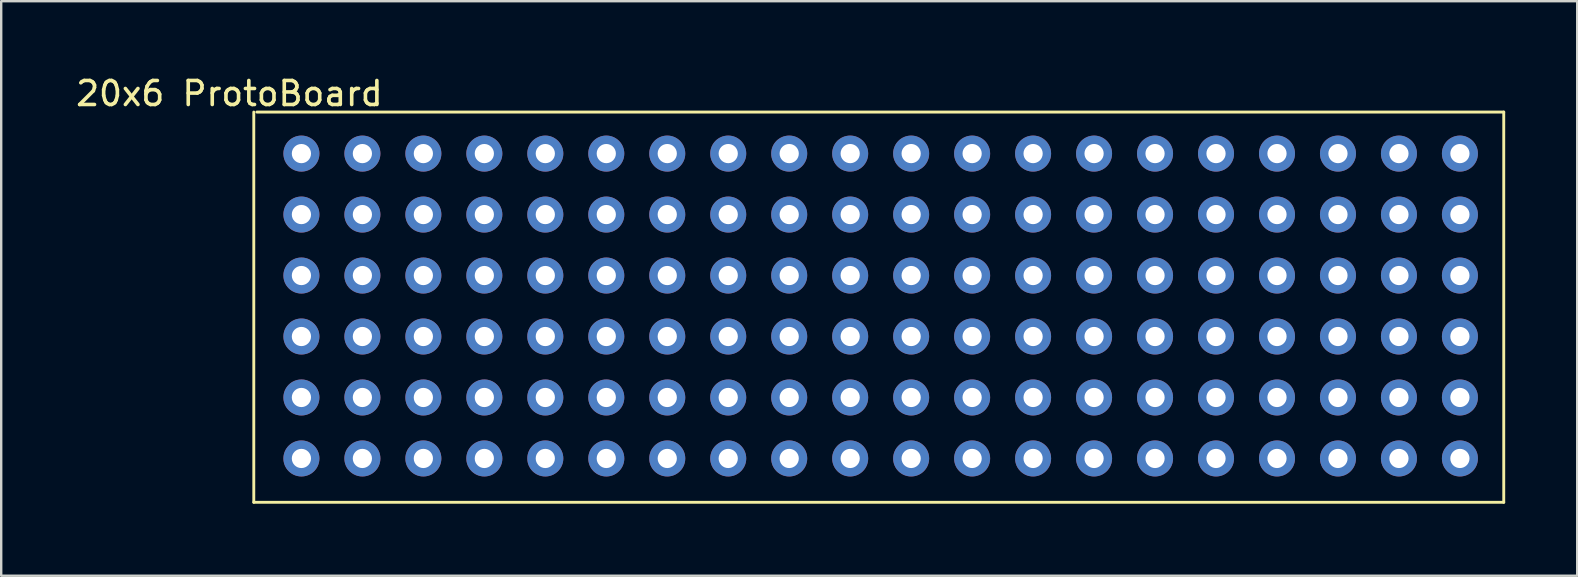
<source format=kicad_pcb>
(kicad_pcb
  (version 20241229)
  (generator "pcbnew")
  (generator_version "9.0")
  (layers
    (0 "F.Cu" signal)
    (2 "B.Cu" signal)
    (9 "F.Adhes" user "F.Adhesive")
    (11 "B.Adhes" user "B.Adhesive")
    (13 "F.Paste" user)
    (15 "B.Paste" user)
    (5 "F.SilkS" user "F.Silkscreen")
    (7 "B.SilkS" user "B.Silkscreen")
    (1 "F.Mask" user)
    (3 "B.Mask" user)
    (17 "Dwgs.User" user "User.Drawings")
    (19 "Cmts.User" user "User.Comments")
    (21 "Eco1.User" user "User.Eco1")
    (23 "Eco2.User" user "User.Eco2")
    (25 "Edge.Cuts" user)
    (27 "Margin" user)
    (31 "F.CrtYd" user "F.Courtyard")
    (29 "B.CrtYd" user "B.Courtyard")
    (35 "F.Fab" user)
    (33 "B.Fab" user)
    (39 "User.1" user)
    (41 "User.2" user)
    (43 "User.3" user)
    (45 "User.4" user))
  (footprint "20x6 ProtoBoard"
    (layer "F.Cu")
    (at 6.506 0.348)
    (property "Reference" "20x6 ProtoBoard" (at 0 0.5 0) (layer "F.SilkS") (effects (font (size 1 1) (thickness 0.15))))
    (attr through_hole)
    (fp_line (start 1.016 17.526) (end 1.016 1.27) (stroke (width 0.12) (type solid)) (layer "F.SilkS"))
    (fp_line (start 1.143 1.27) (end 53.086 1.27) (stroke (width 0.12) (type solid)) (layer "F.SilkS"))
    (fp_line (start 53.086 1.27) (end 53.086 17.526) (stroke (width 0.12) (type solid)) (layer "F.SilkS"))
    (fp_line (start 53.086 17.526) (end 1.016 17.526) (stroke (width 0.12) (type solid)) (layer "F.SilkS"))
    (pad "1" thru_hole circle (at 3 3) (size 1.5 1.5) (drill 0.8) (layers "*.Cu" "*.Mask"))
    (pad "2" thru_hole circle (at 3 5.54) (size 1.5 1.5) (drill 0.8) (layers "*.Cu" "*.Mask"))
    (pad "3" thru_hole circle (at 3 8.08) (size 1.5 1.5) (drill 0.8) (layers "*.Cu" "*.Mask"))
    (pad "4" thru_hole circle (at 3 10.62) (size 1.5 1.5) (drill 0.8) (layers "*.Cu" "*.Mask"))
    (pad "5" thru_hole circle (at 3 13.16) (size 1.5 1.5) (drill 0.8) (layers "*.Cu" "*.Mask"))
    (pad "6" thru_hole circle (at 3 15.7) (size 1.5 1.5) (drill 0.8) (layers "*.Cu" "*.Mask"))
    (pad "7" thru_hole circle (at 5.54 3) (size 1.5 1.5) (drill 0.8) (layers "*.Cu" "*.Mask"))
    (pad "8" thru_hole circle (at 5.54 5.54) (size 1.5 1.5) (drill 0.8) (layers "*.Cu" "*.Mask"))
    (pad "9" thru_hole circle (at 5.54 8.08) (size 1.5 1.5) (drill 0.8) (layers "*.Cu" "*.Mask"))
    (pad "10" thru_hole circle (at 5.54 10.62) (size 1.5 1.5) (drill 0.8) (layers "*.Cu" "*.Mask"))
    (pad "11" thru_hole circle (at 5.54 13.16) (size 1.5 1.5) (drill 0.8) (layers "*.Cu" "*.Mask"))
    (pad "12" thru_hole circle (at 5.54 15.7) (size 1.5 1.5) (drill 0.8) (layers "*.Cu" "*.Mask"))
    (pad "13" thru_hole circle (at 8.08 3) (size 1.5 1.5) (drill 0.8) (layers "*.Cu" "*.Mask"))
    (pad "14" thru_hole circle (at 8.08 5.54) (size 1.5 1.5) (drill 0.8) (layers "*.Cu" "*.Mask"))
    (pad "15" thru_hole circle (at 8.08 8.08) (size 1.5 1.5) (drill 0.8) (layers "*.Cu" "*.Mask"))
    (pad "16" thru_hole circle (at 8.08 10.62) (size 1.5 1.5) (drill 0.8) (layers "*.Cu" "*.Mask"))
    (pad "17" thru_hole circle (at 8.08 13.16) (size 1.5 1.5) (drill 0.8) (layers "*.Cu" "*.Mask"))
    (pad "18" thru_hole circle (at 8.08 15.7) (size 1.5 1.5) (drill 0.8) (layers "*.Cu" "*.Mask"))
    (pad "19" thru_hole circle (at 10.62 3) (size 1.5 1.5) (drill 0.8) (layers "*.Cu" "*.Mask"))
    (pad "20" thru_hole circle (at 10.62 5.54) (size 1.5 1.5) (drill 0.8) (layers "*.Cu" "*.Mask"))
    (pad "21" thru_hole circle (at 10.62 8.08) (size 1.5 1.5) (drill 0.8) (layers "*.Cu" "*.Mask"))
    (pad "22" thru_hole circle (at 10.62 10.62) (size 1.5 1.5) (drill 0.8) (layers "*.Cu" "*.Mask"))
    (pad "23" thru_hole circle (at 10.62 13.16) (size 1.5 1.5) (drill 0.8) (layers "*.Cu" "*.Mask"))
    (pad "24" thru_hole circle (at 10.62 15.7) (size 1.5 1.5) (drill 0.8) (layers "*.Cu" "*.Mask"))
    (pad "25" thru_hole circle (at 13.16 3) (size 1.5 1.5) (drill 0.8) (layers "*.Cu" "*.Mask"))
    (pad "26" thru_hole circle (at 13.16 5.54) (size 1.5 1.5) (drill 0.8) (layers "*.Cu" "*.Mask"))
    (pad "27" thru_hole circle (at 13.16 8.08) (size 1.5 1.5) (drill 0.8) (layers "*.Cu" "*.Mask"))
    (pad "28" thru_hole circle (at 13.16 10.62) (size 1.5 1.5) (drill 0.8) (layers "*.Cu" "*.Mask"))
    (pad "29" thru_hole circle (at 13.16 13.16) (size 1.5 1.5) (drill 0.8) (layers "*.Cu" "*.Mask"))
    (pad "30" thru_hole circle (at 13.16 15.7) (size 1.5 1.5) (drill 0.8) (layers "*.Cu" "*.Mask"))
    (pad "31" thru_hole circle (at 15.7 3) (size 1.5 1.5) (drill 0.8) (layers "*.Cu" "*.Mask"))
    (pad "32" thru_hole circle (at 15.7 5.54) (size 1.5 1.5) (drill 0.8) (layers "*.Cu" "*.Mask"))
    (pad "33" thru_hole circle (at 15.7 8.08) (size 1.5 1.5) (drill 0.8) (layers "*.Cu" "*.Mask"))
    (pad "34" thru_hole circle (at 15.7 10.62) (size 1.5 1.5) (drill 0.8) (layers "*.Cu" "*.Mask"))
    (pad "35" thru_hole circle (at 15.7 13.16) (size 1.5 1.5) (drill 0.8) (layers "*.Cu" "*.Mask"))
    (pad "36" thru_hole circle (at 15.7 15.7) (size 1.5 1.5) (drill 0.8) (layers "*.Cu" "*.Mask"))
    (pad "37" thru_hole circle (at 18.24 3) (size 1.5 1.5) (drill 0.8) (layers "*.Cu" "*.Mask"))
    (pad "38" thru_hole circle (at 18.24 5.54) (size 1.5 1.5) (drill 0.8) (layers "*.Cu" "*.Mask"))
    (pad "39" thru_hole circle (at 18.24 8.08) (size 1.5 1.5) (drill 0.8) (layers "*.Cu" "*.Mask"))
    (pad "40" thru_hole circle (at 18.24 10.62) (size 1.5 1.5) (drill 0.8) (layers "*.Cu" "*.Mask"))
    (pad "41" thru_hole circle (at 18.24 13.16) (size 1.5 1.5) (drill 0.8) (layers "*.Cu" "*.Mask"))
    (pad "42" thru_hole circle (at 18.24 15.7) (size 1.5 1.5) (drill 0.8) (layers "*.Cu" "*.Mask"))
    (pad "43" thru_hole circle (at 20.78 3) (size 1.5 1.5) (drill 0.8) (layers "*.Cu" "*.Mask"))
    (pad "44" thru_hole circle (at 20.78 5.54) (size 1.5 1.5) (drill 0.8) (layers "*.Cu" "*.Mask"))
    (pad "45" thru_hole circle (at 20.78 8.08) (size 1.5 1.5) (drill 0.8) (layers "*.Cu" "*.Mask"))
    (pad "46" thru_hole circle (at 20.78 10.62) (size 1.5 1.5) (drill 0.8) (layers "*.Cu" "*.Mask"))
    (pad "47" thru_hole circle (at 20.78 13.16) (size 1.5 1.5) (drill 0.8) (layers "*.Cu" "*.Mask"))
    (pad "48" thru_hole circle (at 20.78 15.7) (size 1.5 1.5) (drill 0.8) (layers "*.Cu" "*.Mask"))
    (pad "49" thru_hole circle (at 23.32 3) (size 1.5 1.5) (drill 0.8) (layers "*.Cu" "*.Mask"))
    (pad "50" thru_hole circle (at 23.32 5.54) (size 1.5 1.5) (drill 0.8) (layers "*.Cu" "*.Mask"))
    (pad "51" thru_hole circle (at 23.32 8.08) (size 1.5 1.5) (drill 0.8) (layers "*.Cu" "*.Mask"))
    (pad "52" thru_hole circle (at 23.32 10.62) (size 1.5 1.5) (drill 0.8) (layers "*.Cu" "*.Mask"))
    (pad "53" thru_hole circle (at 23.32 13.16) (size 1.5 1.5) (drill 0.8) (layers "*.Cu" "*.Mask"))
    (pad "54" thru_hole circle (at 23.32 15.7) (size 1.5 1.5) (drill 0.8) (layers "*.Cu" "*.Mask"))
    (pad "55" thru_hole circle (at 25.86 3) (size 1.5 1.5) (drill 0.8) (layers "*.Cu" "*.Mask"))
    (pad "56" thru_hole circle (at 25.86 5.54) (size 1.5 1.5) (drill 0.8) (layers "*.Cu" "*.Mask"))
    (pad "57" thru_hole circle (at 25.86 8.08) (size 1.5 1.5) (drill 0.8) (layers "*.Cu" "*.Mask"))
    (pad "58" thru_hole circle (at 25.86 10.62) (size 1.5 1.5) (drill 0.8) (layers "*.Cu" "*.Mask"))
    (pad "59" thru_hole circle (at 25.86 13.16) (size 1.5 1.5) (drill 0.8) (layers "*.Cu" "*.Mask"))
    (pad "60" thru_hole circle (at 25.86 15.7) (size 1.5 1.5) (drill 0.8) (layers "*.Cu" "*.Mask"))
    (pad "61" thru_hole circle (at 28.4 3) (size 1.5 1.5) (drill 0.8) (layers "*.Cu" "*.Mask"))
    (pad "62" thru_hole circle (at 28.4 5.54) (size 1.5 1.5) (drill 0.8) (layers "*.Cu" "*.Mask"))
    (pad "63" thru_hole circle (at 28.4 8.08) (size 1.5 1.5) (drill 0.8) (layers "*.Cu" "*.Mask"))
    (pad "64" thru_hole circle (at 28.4 10.62) (size 1.5 1.5) (drill 0.8) (layers "*.Cu" "*.Mask"))
    (pad "65" thru_hole circle (at 28.4 13.16) (size 1.5 1.5) (drill 0.8) (layers "*.Cu" "*.Mask"))
    (pad "66" thru_hole circle (at 28.4 15.7) (size 1.5 1.5) (drill 0.8) (layers "*.Cu" "*.Mask"))
    (pad "67" thru_hole circle (at 30.94 3) (size 1.5 1.5) (drill 0.8) (layers "*.Cu" "*.Mask"))
    (pad "68" thru_hole circle (at 30.94 5.54) (size 1.5 1.5) (drill 0.8) (layers "*.Cu" "*.Mask"))
    (pad "69" thru_hole circle (at 30.94 8.08) (size 1.5 1.5) (drill 0.8) (layers "*.Cu" "*.Mask"))
    (pad "70" thru_hole circle (at 30.94 10.62) (size 1.5 1.5) (drill 0.8) (layers "*.Cu" "*.Mask"))
    (pad "71" thru_hole circle (at 30.94 13.16) (size 1.5 1.5) (drill 0.8) (layers "*.Cu" "*.Mask"))
    (pad "72" thru_hole circle (at 30.94 15.7) (size 1.5 1.5) (drill 0.8) (layers "*.Cu" "*.Mask"))
    (pad "73" thru_hole circle (at 33.48 3) (size 1.5 1.5) (drill 0.8) (layers "*.Cu" "*.Mask"))
    (pad "74" thru_hole circle (at 33.48 5.54) (size 1.5 1.5) (drill 0.8) (layers "*.Cu" "*.Mask"))
    (pad "75" thru_hole circle (at 33.48 8.08) (size 1.5 1.5) (drill 0.8) (layers "*.Cu" "*.Mask"))
    (pad "76" thru_hole circle (at 33.48 10.62) (size 1.5 1.5) (drill 0.8) (layers "*.Cu" "*.Mask"))
    (pad "77" thru_hole circle (at 33.48 13.16) (size 1.5 1.5) (drill 0.8) (layers "*.Cu" "*.Mask"))
    (pad "78" thru_hole circle (at 33.48 15.7) (size 1.5 1.5) (drill 0.8) (layers "*.Cu" "*.Mask"))
    (pad "79" thru_hole circle (at 36.02 3) (size 1.5 1.5) (drill 0.8) (layers "*.Cu" "*.Mask"))
    (pad "80" thru_hole circle (at 36.02 5.54) (size 1.5 1.5) (drill 0.8) (layers "*.Cu" "*.Mask"))
    (pad "81" thru_hole circle (at 36.02 8.08) (size 1.5 1.5) (drill 0.8) (layers "*.Cu" "*.Mask"))
    (pad "82" thru_hole circle (at 36.02 10.62) (size 1.5 1.5) (drill 0.8) (layers "*.Cu" "*.Mask"))
    (pad "83" thru_hole circle (at 36.02 13.16) (size 1.5 1.5) (drill 0.8) (layers "*.Cu" "*.Mask"))
    (pad "84" thru_hole circle (at 36.02 15.7) (size 1.5 1.5) (drill 0.8) (layers "*.Cu" "*.Mask"))
    (pad "85" thru_hole circle (at 38.56 3) (size 1.5 1.5) (drill 0.8) (layers "*.Cu" "*.Mask"))
    (pad "86" thru_hole circle (at 38.56 5.54) (size 1.5 1.5) (drill 0.8) (layers "*.Cu" "*.Mask"))
    (pad "87" thru_hole circle (at 38.56 8.08) (size 1.5 1.5) (drill 0.8) (layers "*.Cu" "*.Mask"))
    (pad "88" thru_hole circle (at 38.56 10.62) (size 1.5 1.5) (drill 0.8) (layers "*.Cu" "*.Mask"))
    (pad "89" thru_hole circle (at 38.56 13.16) (size 1.5 1.5) (drill 0.8) (layers "*.Cu" "*.Mask"))
    (pad "90" thru_hole circle (at 38.56 15.7) (size 1.5 1.5) (drill 0.8) (layers "*.Cu" "*.Mask"))
    (pad "91" thru_hole circle (at 41.1 3) (size 1.5 1.5) (drill 0.8) (layers "*.Cu" "*.Mask"))
    (pad "92" thru_hole circle (at 41.1 5.54) (size 1.5 1.5) (drill 0.8) (layers "*.Cu" "*.Mask"))
    (pad "93" thru_hole circle (at 41.1 8.08) (size 1.5 1.5) (drill 0.8) (layers "*.Cu" "*.Mask"))
    (pad "94" thru_hole circle (at 41.1 10.62) (size 1.5 1.5) (drill 0.8) (layers "*.Cu" "*.Mask"))
    (pad "95" thru_hole circle (at 41.1 13.16) (size 1.5 1.5) (drill 0.8) (layers "*.Cu" "*.Mask"))
    (pad "96" thru_hole circle (at 41.1 15.7) (size 1.5 1.5) (drill 0.8) (layers "*.Cu" "*.Mask"))
    (pad "97" thru_hole circle (at 43.64 3) (size 1.5 1.5) (drill 0.8) (layers "*.Cu" "*.Mask"))
    (pad "98" thru_hole circle (at 43.64 5.54) (size 1.5 1.5) (drill 0.8) (layers "*.Cu" "*.Mask"))
    (pad "99" thru_hole circle (at 43.64 8.08) (size 1.5 1.5) (drill 0.8) (layers "*.Cu" "*.Mask"))
    (pad "100" thru_hole circle (at 43.64 10.62) (size 1.5 1.5) (drill 0.8) (layers "*.Cu" "*.Mask"))
    (pad "101" thru_hole circle (at 43.64 13.16) (size 1.5 1.5) (drill 0.8) (layers "*.Cu" "*.Mask"))
    (pad "102" thru_hole circle (at 43.64 15.7) (size 1.5 1.5) (drill 0.8) (layers "*.Cu" "*.Mask"))
    (pad "103" thru_hole circle (at 46.18 3) (size 1.5 1.5) (drill 0.8) (layers "*.Cu" "*.Mask"))
    (pad "104" thru_hole circle (at 46.18 5.54) (size 1.5 1.5) (drill 0.8) (layers "*.Cu" "*.Mask"))
    (pad "105" thru_hole circle (at 46.18 8.08) (size 1.5 1.5) (drill 0.8) (layers "*.Cu" "*.Mask"))
    (pad "106" thru_hole circle (at 46.18 10.62) (size 1.5 1.5) (drill 0.8) (layers "*.Cu" "*.Mask"))
    (pad "107" thru_hole circle (at 46.18 13.16) (size 1.5 1.5) (drill 0.8) (layers "*.Cu" "*.Mask"))
    (pad "108" thru_hole circle (at 46.18 15.7) (size 1.5 1.5) (drill 0.8) (layers "*.Cu" "*.Mask"))
    (pad "109" thru_hole circle (at 48.72 3) (size 1.5 1.5) (drill 0.8) (layers "*.Cu" "*.Mask"))
    (pad "110" thru_hole circle (at 48.72 5.54) (size 1.5 1.5) (drill 0.8) (layers "*.Cu" "*.Mask"))
    (pad "111" thru_hole circle (at 48.72 8.08) (size 1.5 1.5) (drill 0.8) (layers "*.Cu" "*.Mask"))
    (pad "112" thru_hole circle (at 48.72 10.62) (size 1.5 1.5) (drill 0.8) (layers "*.Cu" "*.Mask"))
    (pad "113" thru_hole circle (at 48.72 13.16) (size 1.5 1.5) (drill 0.8) (layers "*.Cu" "*.Mask"))
    (pad "114" thru_hole circle (at 48.72 15.7) (size 1.5 1.5) (drill 0.8) (layers "*.Cu" "*.Mask"))
    (pad "115" thru_hole circle (at 51.26 3) (size 1.5 1.5) (drill 0.8) (layers "*.Cu" "*.Mask"))
    (pad "116" thru_hole circle (at 51.26 5.54) (size 1.5 1.5) (drill 0.8) (layers "*.Cu" "*.Mask"))
    (pad "117" thru_hole circle (at 51.26 8.08) (size 1.5 1.5) (drill 0.8) (layers "*.Cu" "*.Mask"))
    (pad "118" thru_hole circle (at 51.26 10.62) (size 1.5 1.5) (drill 0.8) (layers "*.Cu" "*.Mask"))
    (pad "119" thru_hole circle (at 51.26 13.16) (size 1.5 1.5) (drill 0.8) (layers "*.Cu" "*.Mask"))
    (pad "120" thru_hole circle (at 51.26 15.7) (size 1.5 1.5) (drill 0.8) (layers "*.Cu" "*.Mask")))
  (gr_rect
    (start -3 -3)
    (end 62.652 20.934)
    (stroke (width 0.1) (type default))
    (fill no)
    (layer "Edge.Cuts")))
</source>
